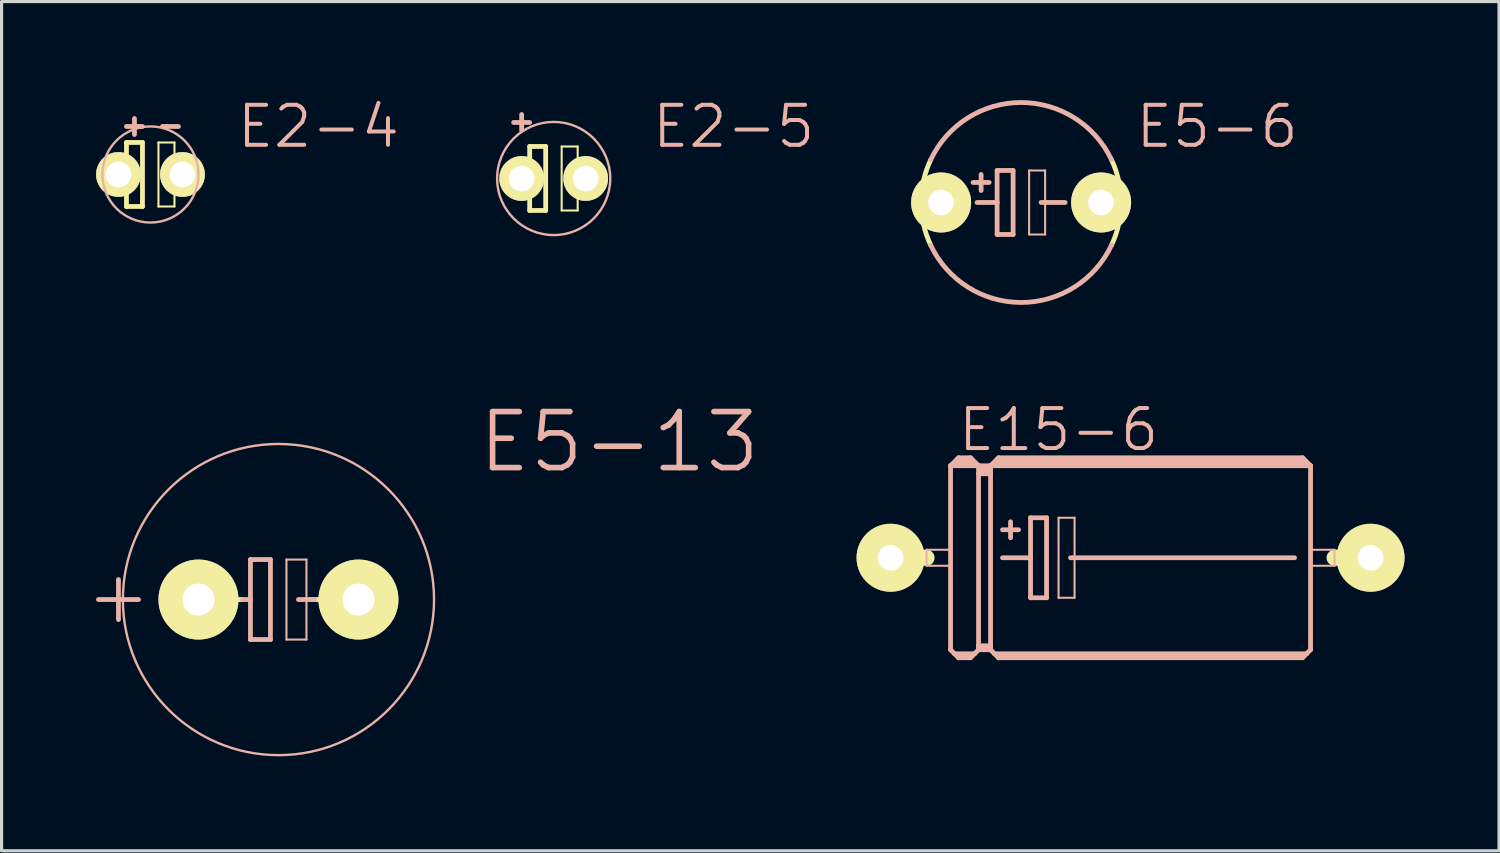
<source format=kicad_pcb>
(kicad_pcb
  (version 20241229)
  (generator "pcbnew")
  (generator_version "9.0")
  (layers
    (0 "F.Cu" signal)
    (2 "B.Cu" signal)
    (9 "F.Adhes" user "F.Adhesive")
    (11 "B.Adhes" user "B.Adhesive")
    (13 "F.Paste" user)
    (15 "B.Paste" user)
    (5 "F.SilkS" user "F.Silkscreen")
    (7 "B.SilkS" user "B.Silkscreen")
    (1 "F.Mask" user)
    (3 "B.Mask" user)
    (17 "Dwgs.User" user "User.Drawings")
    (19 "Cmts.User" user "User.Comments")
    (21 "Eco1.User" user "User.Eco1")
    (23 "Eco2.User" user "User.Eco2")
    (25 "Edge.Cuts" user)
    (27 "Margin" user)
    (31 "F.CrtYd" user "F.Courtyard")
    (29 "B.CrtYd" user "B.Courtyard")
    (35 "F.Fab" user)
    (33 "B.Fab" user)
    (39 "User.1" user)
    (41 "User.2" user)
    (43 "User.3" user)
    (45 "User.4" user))
  (footprint "E2-4"
    (layer "F.Cu")
    (at 1.727 2.49)
    (property "Reference" "E2-4" (at 5.334 -1.524 0) (layer "B.SilkS") (effects (font (size 1.27 1.27) (thickness 0.127))))
    (attr exclude_from_pos_files exclude_from_bom)
    (fp_line (start -1.524 0) (end -0.762 0) (stroke (width 0.152) (type solid)) (layer "F.SilkS"))
    (fp_line (start -0.762 -1.016) (end -0.762 0) (stroke (width 0.152) (type solid)) (layer "F.SilkS"))
    (fp_line (start -0.762 0) (end -0.762 1.016) (stroke (width 0.152) (type solid)) (layer "F.SilkS"))
    (fp_line (start -0.762 1.016) (end -0.254 1.016) (stroke (width 0.152) (type solid)) (layer "F.SilkS"))
    (fp_line (start -0.254 -1.016) (end -0.762 -1.016) (stroke (width 0.152) (type solid)) (layer "F.SilkS"))
    (fp_line (start -0.254 1.016) (end -0.254 -1.016) (stroke (width 0.152) (type solid)) (layer "F.SilkS"))
    (fp_line (start 0.254 -1.016) (end 0.762 -1.016) (stroke (width 0.066) (type solid)) (layer "F.SilkS"))
    (fp_line (start 0.254 1.016) (end 0.254 -1.016) (stroke (width 0.066) (type solid)) (layer "F.SilkS"))
    (fp_line (start 0.254 1.016) (end 0.762 1.016) (stroke (width 0.066) (type solid)) (layer "F.SilkS"))
    (fp_line (start 0.635 0) (end 1.524 0) (stroke (width 0.152) (type solid)) (layer "F.SilkS"))
    (fp_line (start 0.762 1.016) (end 0.762 -1.016) (stroke (width 0.066) (type solid)) (layer "F.SilkS"))
    (fp_line (start -0.762 -1.524) (end -0.254 -1.524) (stroke (width 0.152) (type solid)) (layer "B.SilkS"))
    (fp_line (start -0.508 -1.27) (end -0.508 -1.778) (stroke (width 0.152) (type solid)) (layer "B.SilkS"))
    (fp_line (start 0.381 -1.524) (end 0.889 -1.524) (stroke (width 0.152) (type solid)) (layer "B.SilkS"))
    (fp_circle (center 0 0) (end -1.079 1.079) (stroke (width 0.076) (type solid)) (fill no) (layer "B.SilkS"))
    (pad "+" thru_hole circle (at -1.016 0) (size 1.422 1.422) (drill 0.813) (layers "*.Cu" "F.Mask" "F.SilkS" "F.Paste"))
    (pad "-" thru_hole circle (at 1.016 0) (size 1.422 1.422) (drill 0.813) (layers "*.Cu" "F.Mask" "F.SilkS" "F.Paste")))
  (footprint "E2-5"
    (layer "F.Cu")
    (at 14.529 2.617)
    (property "Reference" "E2-5" (at 5.715 -1.651 0) (layer "B.SilkS") (effects (font (size 1.27 1.27) (thickness 0.127))))
    (attr exclude_from_pos_files exclude_from_bom)
    (fp_line (start -1.524 0) (end -0.762 0) (stroke (width 0.152) (type solid)) (layer "F.SilkS"))
    (fp_line (start -0.762 -1.016) (end -0.762 0) (stroke (width 0.152) (type solid)) (layer "F.SilkS"))
    (fp_line (start -0.762 0) (end -0.762 1.016) (stroke (width 0.152) (type solid)) (layer "F.SilkS"))
    (fp_line (start -0.762 1.016) (end -0.254 1.016) (stroke (width 0.152) (type solid)) (layer "F.SilkS"))
    (fp_line (start -0.254 -1.016) (end -0.762 -1.016) (stroke (width 0.152) (type solid)) (layer "F.SilkS"))
    (fp_line (start -0.254 1.016) (end -0.254 -1.016) (stroke (width 0.152) (type solid)) (layer "F.SilkS"))
    (fp_line (start 0.254 -1.016) (end 0.762 -1.016) (stroke (width 0.066) (type solid)) (layer "F.SilkS"))
    (fp_line (start 0.254 1.016) (end 0.254 -1.016) (stroke (width 0.066) (type solid)) (layer "F.SilkS"))
    (fp_line (start 0.254 1.016) (end 0.762 1.016) (stroke (width 0.066) (type solid)) (layer "F.SilkS"))
    (fp_line (start 0.635 0) (end 1.524 0) (stroke (width 0.152) (type solid)) (layer "F.SilkS"))
    (fp_line (start 0.762 1.016) (end 0.762 -1.016) (stroke (width 0.066) (type solid)) (layer "F.SilkS"))
    (fp_line (start -1.27 -1.778) (end -0.762 -1.778) (stroke (width 0.152) (type solid)) (layer "B.SilkS"))
    (fp_line (start -1.016 -1.524) (end -1.016 -2.032) (stroke (width 0.152) (type solid)) (layer "B.SilkS"))
    (fp_circle (center 0 0) (end -1.27 1.27) (stroke (width 0.076) (type solid)) (fill no) (layer "B.SilkS"))
    (pad "+" thru_hole circle (at -1.016 0) (size 1.422 1.422) (drill 0.813) (layers "*.Cu" "F.Mask" "F.SilkS" "F.Paste"))
    (pad "-" thru_hole circle (at 1.016 0) (size 1.422 1.422) (drill 0.813) (layers "*.Cu" "F.Mask" "F.SilkS" "F.Paste")))
  (footprint "E5-6"
    (layer "F.Cu")
    (at 29.37 3.379)
    (property "Reference" "E5-6" (at 6.223 -2.413 0) (layer "B.SilkS") (effects (font (size 1.27 1.27) (thickness 0.127))))
    (attr exclude_from_pos_files exclude_from_bom)
    (fp_arc (start -2.8702 1.35636) (mid -3.174549 -0.000341) (end -2.869908 -1.356977) (stroke (width 0.1524) (type solid)) (layer "F.SilkS"))
    (fp_arc (start 2.8702 -1.35636) (mid 3.174549 0.000341) (end 2.869908 1.356977) (stroke (width 0.1524) (type solid)) (layer "F.SilkS"))
    (fp_line (start -1.524 -0.635) (end -1.016 -0.635) (stroke (width 0.152) (type solid)) (layer "B.SilkS"))
    (fp_line (start -1.397 0) (end -0.762 0) (stroke (width 0.152) (type solid)) (layer "B.SilkS"))
    (fp_line (start -1.27 -0.381) (end -1.27 -0.889) (stroke (width 0.152) (type solid)) (layer "B.SilkS"))
    (fp_line (start -0.762 -1.016) (end -0.762 0) (stroke (width 0.152) (type solid)) (layer "B.SilkS"))
    (fp_line (start -0.762 0) (end -0.762 1.016) (stroke (width 0.152) (type solid)) (layer "B.SilkS"))
    (fp_line (start -0.762 1.016) (end -0.254 1.016) (stroke (width 0.152) (type solid)) (layer "B.SilkS"))
    (fp_line (start -0.254 -1.016) (end -0.762 -1.016) (stroke (width 0.152) (type solid)) (layer "B.SilkS"))
    (fp_line (start -0.254 1.016) (end -0.254 -1.016) (stroke (width 0.152) (type solid)) (layer "B.SilkS"))
    (fp_line (start 0.254 -1.016) (end 0.762 -1.016) (stroke (width 0.066) (type solid)) (layer "B.SilkS"))
    (fp_line (start 0.254 1.016) (end 0.254 -1.016) (stroke (width 0.066) (type solid)) (layer "B.SilkS"))
    (fp_line (start 0.254 1.016) (end 0.762 1.016) (stroke (width 0.066) (type solid)) (layer "B.SilkS"))
    (fp_line (start 0.635 0) (end 1.397 0) (stroke (width 0.152) (type solid)) (layer "B.SilkS"))
    (fp_line (start 0.762 1.016) (end 0.762 -1.016) (stroke (width 0.066) (type solid)) (layer "B.SilkS"))
    (fp_arc (start -2.8702 -1.35636) (mid -0.003112 -3.174547) (end 2.867536 -1.361984) (stroke (width 0.1524) (type solid)) (layer "B.SilkS"))
    (fp_arc (start 2.8702 1.35636) (mid 0.003112 3.174547) (end -2.867536 1.361984) (stroke (width 0.1524) (type solid)) (layer "B.SilkS"))
    (pad "+" thru_hole circle (at -2.54 0) (size 1.905 1.905) (drill 0.813) (layers "*.Cu" "F.Mask" "F.SilkS" "F.Paste"))
    (pad "-" thru_hole circle (at 2.54 0) (size 1.905 1.905) (drill 0.813) (layers "*.Cu" "F.Mask" "F.SilkS" "F.Paste")))
  (footprint "E5-13"
    (layer "F.Cu")
    (at 5.791 15.986)
    (property "Reference" "E5-13" (at 10.82 -5.004 0) (layer "B.SilkS") (effects (font (size 1.778 1.778) (thickness 0.178))))
    (attr exclude_from_pos_files exclude_from_bom)
    (fp_line (start -1.651 0) (end -1.143 0) (stroke (width 0.152) (type solid)) (layer "F.SilkS"))
    (fp_line (start 1.016 0) (end 1.524 0) (stroke (width 0.152) (type solid)) (layer "F.SilkS"))
    (fp_line (start -5.715 0) (end -4.445 0) (stroke (width 0.152) (type solid)) (layer "B.SilkS"))
    (fp_line (start -5.08 0.635) (end -5.08 -0.635) (stroke (width 0.152) (type solid)) (layer "B.SilkS"))
    (fp_line (start -1.143 0) (end -0.889 0) (stroke (width 0.152) (type solid)) (layer "B.SilkS"))
    (fp_line (start -0.889 -1.27) (end -0.889 0) (stroke (width 0.152) (type solid)) (layer "B.SilkS"))
    (fp_line (start -0.889 0) (end -0.889 1.27) (stroke (width 0.152) (type solid)) (layer "B.SilkS"))
    (fp_line (start -0.889 1.27) (end -0.254 1.27) (stroke (width 0.152) (type solid)) (layer "B.SilkS"))
    (fp_line (start -0.254 -1.27) (end -0.889 -1.27) (stroke (width 0.152) (type solid)) (layer "B.SilkS"))
    (fp_line (start -0.254 1.27) (end -0.254 -1.27) (stroke (width 0.152) (type solid)) (layer "B.SilkS"))
    (fp_line (start 0.254 -1.27) (end 0.889 -1.27) (stroke (width 0.066) (type solid)) (layer "B.SilkS"))
    (fp_line (start 0.254 1.27) (end 0.254 -1.27) (stroke (width 0.066) (type solid)) (layer "B.SilkS"))
    (fp_line (start 0.254 1.27) (end 0.889 1.27) (stroke (width 0.066) (type solid)) (layer "B.SilkS"))
    (fp_line (start 0.635 0) (end 1.143 0) (stroke (width 0.152) (type solid)) (layer "B.SilkS"))
    (fp_line (start 0.889 1.27) (end 0.889 -1.27) (stroke (width 0.066) (type solid)) (layer "B.SilkS"))
    (fp_circle (center 0 0) (end -3.493 3.493) (stroke (width 0.076) (type solid)) (fill no) (layer "B.SilkS"))
    (pad "+" thru_hole circle (at -2.54 0) (size 2.54 2.54) (drill 1.016) (layers "*.Cu" "F.Mask" "F.SilkS" "F.Paste"))
    (pad "-" thru_hole circle (at 2.54 0) (size 2.54 2.54) (drill 1.016) (layers "*.Cu" "F.Mask" "F.SilkS" "F.Paste")))
  (footprint "E15-6"
    (layer "F.Cu")
    (at 32.845 14.659)
    (property "Reference" "E15-6" (at -2.286 -4.064 0) (layer "B.SilkS") (effects (font (size 1.27 1.27) (thickness 0.127))))
    (attr exclude_from_pos_files exclude_from_bom)
    (fp_line (start -7.62 0) (end -6.477 0) (stroke (width 0.508) (type solid)) (layer "F.SilkS"))
    (fp_line (start 7.62 0) (end 6.477 0) (stroke (width 0.508) (type solid)) (layer "F.SilkS"))
    (fp_line (start -6.477 -0.254) (end -5.715 -0.254) (stroke (width 0.066) (type solid)) (layer "B.SilkS"))
    (fp_line (start -6.477 0.254) (end -6.477 -0.254) (stroke (width 0.066) (type solid)) (layer "B.SilkS"))
    (fp_line (start -6.477 0.254) (end -5.715 0.254) (stroke (width 0.066) (type solid)) (layer "B.SilkS"))
    (fp_line (start -5.715 -2.921) (end -4.826 -2.921) (stroke (width 0.152) (type solid)) (layer "B.SilkS"))
    (fp_line (start -5.715 0.254) (end -5.715 -0.254) (stroke (width 0.066) (type solid)) (layer "B.SilkS"))
    (fp_line (start -5.715 2.921) (end -5.715 -2.921) (stroke (width 0.152) (type solid)) (layer "B.SilkS"))
    (fp_line (start -5.715 2.921) (end -5.588 3.048) (stroke (width 0.152) (type solid)) (layer "B.SilkS"))
    (fp_line (start -5.588 3.048) (end -5.461 3.175) (stroke (width 0.152) (type solid)) (layer "B.SilkS"))
    (fp_line (start -5.588 3.048) (end -4.953 3.048) (stroke (width 0.152) (type solid)) (layer "B.SilkS"))
    (fp_line (start -5.461 -3.175) (end -5.715 -2.921) (stroke (width 0.152) (type solid)) (layer "B.SilkS"))
    (fp_line (start -5.461 -3.175) (end -5.08 -3.175) (stroke (width 0.152) (type solid)) (layer "B.SilkS"))
    (fp_line (start -5.461 -3.048) (end -5.08 -3.048) (stroke (width 0.305) (type solid)) (layer "B.SilkS"))
    (fp_line (start -5.461 3.124) (end -5.461 3.175) (stroke (width 0.152) (type solid)) (layer "B.SilkS"))
    (fp_line (start -5.461 3.175) (end -5.08 3.175) (stroke (width 0.152) (type solid)) (layer "B.SilkS"))
    (fp_line (start -5.08 -3.175) (end -4.826 -2.921) (stroke (width 0.152) (type solid)) (layer "B.SilkS"))
    (fp_line (start -5.08 3.124) (end -5.461 3.124) (stroke (width 0.152) (type solid)) (layer "B.SilkS"))
    (fp_line (start -5.08 3.175) (end -4.953 3.048) (stroke (width 0.152) (type solid)) (layer "B.SilkS"))
    (fp_line (start -4.953 3.048) (end -4.826 2.921) (stroke (width 0.152) (type solid)) (layer "B.SilkS"))
    (fp_line (start -4.826 -2.921) (end -4.826 -2.667) (stroke (width 0.152) (type solid)) (layer "B.SilkS"))
    (fp_line (start -4.826 -2.921) (end -4.445 -2.921) (stroke (width 0.152) (type solid)) (layer "B.SilkS"))
    (fp_line (start -4.826 -2.667) (end -4.826 2.794) (stroke (width 0.152) (type solid)) (layer "B.SilkS"))
    (fp_line (start -4.826 -2.667) (end -4.445 -2.667) (stroke (width 0.152) (type solid)) (layer "B.SilkS"))
    (fp_line (start -4.826 2.794) (end -4.826 2.87) (stroke (width 0.152) (type solid)) (layer "B.SilkS"))
    (fp_line (start -4.826 2.794) (end -4.445 2.794) (stroke (width 0.152) (type solid)) (layer "B.SilkS"))
    (fp_line (start -4.826 2.87) (end -4.826 2.921) (stroke (width 0.152) (type solid)) (layer "B.SilkS"))
    (fp_line (start -4.826 2.921) (end -4.445 2.921) (stroke (width 0.152) (type solid)) (layer "B.SilkS"))
    (fp_line (start -4.699 -2.794) (end -4.572 -2.794) (stroke (width 0.305) (type solid)) (layer "B.SilkS"))
    (fp_line (start -4.445 -2.921) (end -4.445 -2.667) (stroke (width 0.152) (type solid)) (layer "B.SilkS"))
    (fp_line (start -4.445 -2.921) (end -4.191 -3.175) (stroke (width 0.152) (type solid)) (layer "B.SilkS"))
    (fp_line (start -4.445 -2.921) (end 5.715 -2.921) (stroke (width 0.152) (type solid)) (layer "B.SilkS"))
    (fp_line (start -4.445 -2.667) (end -4.445 2.794) (stroke (width 0.152) (type solid)) (layer "B.SilkS"))
    (fp_line (start -4.445 2.794) (end -4.445 2.87) (stroke (width 0.152) (type solid)) (layer "B.SilkS"))
    (fp_line (start -4.445 2.87) (end -4.826 2.87) (stroke (width 0.152) (type solid)) (layer "B.SilkS"))
    (fp_line (start -4.445 2.87) (end -4.445 2.921) (stroke (width 0.152) (type solid)) (layer "B.SilkS"))
    (fp_line (start -4.445 2.921) (end -4.318 3.048) (stroke (width 0.152) (type solid)) (layer "B.SilkS"))
    (fp_line (start -4.318 3.048) (end -4.191 3.175) (stroke (width 0.152) (type solid)) (layer "B.SilkS"))
    (fp_line (start -4.318 3.048) (end 5.588 3.048) (stroke (width 0.152) (type solid)) (layer "B.SilkS"))
    (fp_line (start -4.191 -3.175) (end 5.461 -3.175) (stroke (width 0.152) (type solid)) (layer "B.SilkS"))
    (fp_line (start -4.191 -3.048) (end 5.461 -3.048) (stroke (width 0.305) (type solid)) (layer "B.SilkS"))
    (fp_line (start -4.191 3.124) (end -4.191 3.175) (stroke (width 0.152) (type solid)) (layer "B.SilkS"))
    (fp_line (start -4.191 3.175) (end 5.461 3.175) (stroke (width 0.152) (type solid)) (layer "B.SilkS"))
    (fp_line (start -4.064 -0.889) (end -3.556 -0.889) (stroke (width 0.152) (type solid)) (layer "B.SilkS"))
    (fp_line (start -4.064 0) (end -3.175 0) (stroke (width 0.152) (type solid)) (layer "B.SilkS"))
    (fp_line (start -3.81 -1.143) (end -3.81 -0.635) (stroke (width 0.152) (type solid)) (layer "B.SilkS"))
    (fp_line (start -3.175 -1.27) (end -3.175 0) (stroke (width 0.152) (type solid)) (layer "B.SilkS"))
    (fp_line (start -3.175 0) (end -3.175 1.27) (stroke (width 0.152) (type solid)) (layer "B.SilkS"))
    (fp_line (start -3.175 1.27) (end -2.667 1.27) (stroke (width 0.152) (type solid)) (layer "B.SilkS"))
    (fp_line (start -2.667 -1.27) (end -3.175 -1.27) (stroke (width 0.152) (type solid)) (layer "B.SilkS"))
    (fp_line (start -2.667 1.27) (end -2.667 -1.27) (stroke (width 0.152) (type solid)) (layer "B.SilkS"))
    (fp_line (start -2.286 -1.27) (end -1.778 -1.27) (stroke (width 0.066) (type solid)) (layer "B.SilkS"))
    (fp_line (start -2.286 1.27) (end -2.286 -1.27) (stroke (width 0.066) (type solid)) (layer "B.SilkS"))
    (fp_line (start -2.286 1.27) (end -1.778 1.27) (stroke (width 0.066) (type solid)) (layer "B.SilkS"))
    (fp_line (start -1.905 0) (end 5.207 0) (stroke (width 0.152) (type solid)) (layer "B.SilkS"))
    (fp_line (start -1.778 1.27) (end -1.778 -1.27) (stroke (width 0.066) (type solid)) (layer "B.SilkS"))
    (fp_line (start 5.461 3.124) (end -4.191 3.124) (stroke (width 0.152) (type solid)) (layer "B.SilkS"))
    (fp_line (start 5.588 3.048) (end 5.461 3.175) (stroke (width 0.152) (type solid)) (layer "B.SilkS"))
    (fp_line (start 5.715 -2.921) (end 5.461 -3.175) (stroke (width 0.152) (type solid)) (layer "B.SilkS"))
    (fp_line (start 5.715 -2.921) (end 5.715 2.921) (stroke (width 0.152) (type solid)) (layer "B.SilkS"))
    (fp_line (start 5.715 -0.254) (end 6.477 -0.254) (stroke (width 0.066) (type solid)) (layer "B.SilkS"))
    (fp_line (start 5.715 0.254) (end 5.715 -0.254) (stroke (width 0.066) (type solid)) (layer "B.SilkS"))
    (fp_line (start 5.715 0.254) (end 6.477 0.254) (stroke (width 0.066) (type solid)) (layer "B.SilkS"))
    (fp_line (start 5.715 2.921) (end 5.588 3.048) (stroke (width 0.152) (type solid)) (layer "B.SilkS"))
    (fp_line (start 6.477 0.254) (end 6.477 -0.254) (stroke (width 0.066) (type solid)) (layer "B.SilkS"))
    (pad "+" thru_hole circle (at -7.62 0) (size 2.159 2.159) (drill 0.813) (layers "*.Cu" "F.Mask" "F.SilkS" "F.Paste"))
    (pad "-" thru_hole circle (at 7.62 0) (size 2.159 2.159) (drill 0.813) (layers "*.Cu" "F.Mask" "F.SilkS" "F.Paste")))
  (gr_rect
    (start -3 -3)
    (end 44.544 23.963)
    (stroke (width 0.1) (type default))
    (fill no)
    (layer "Edge.Cuts")))
</source>
